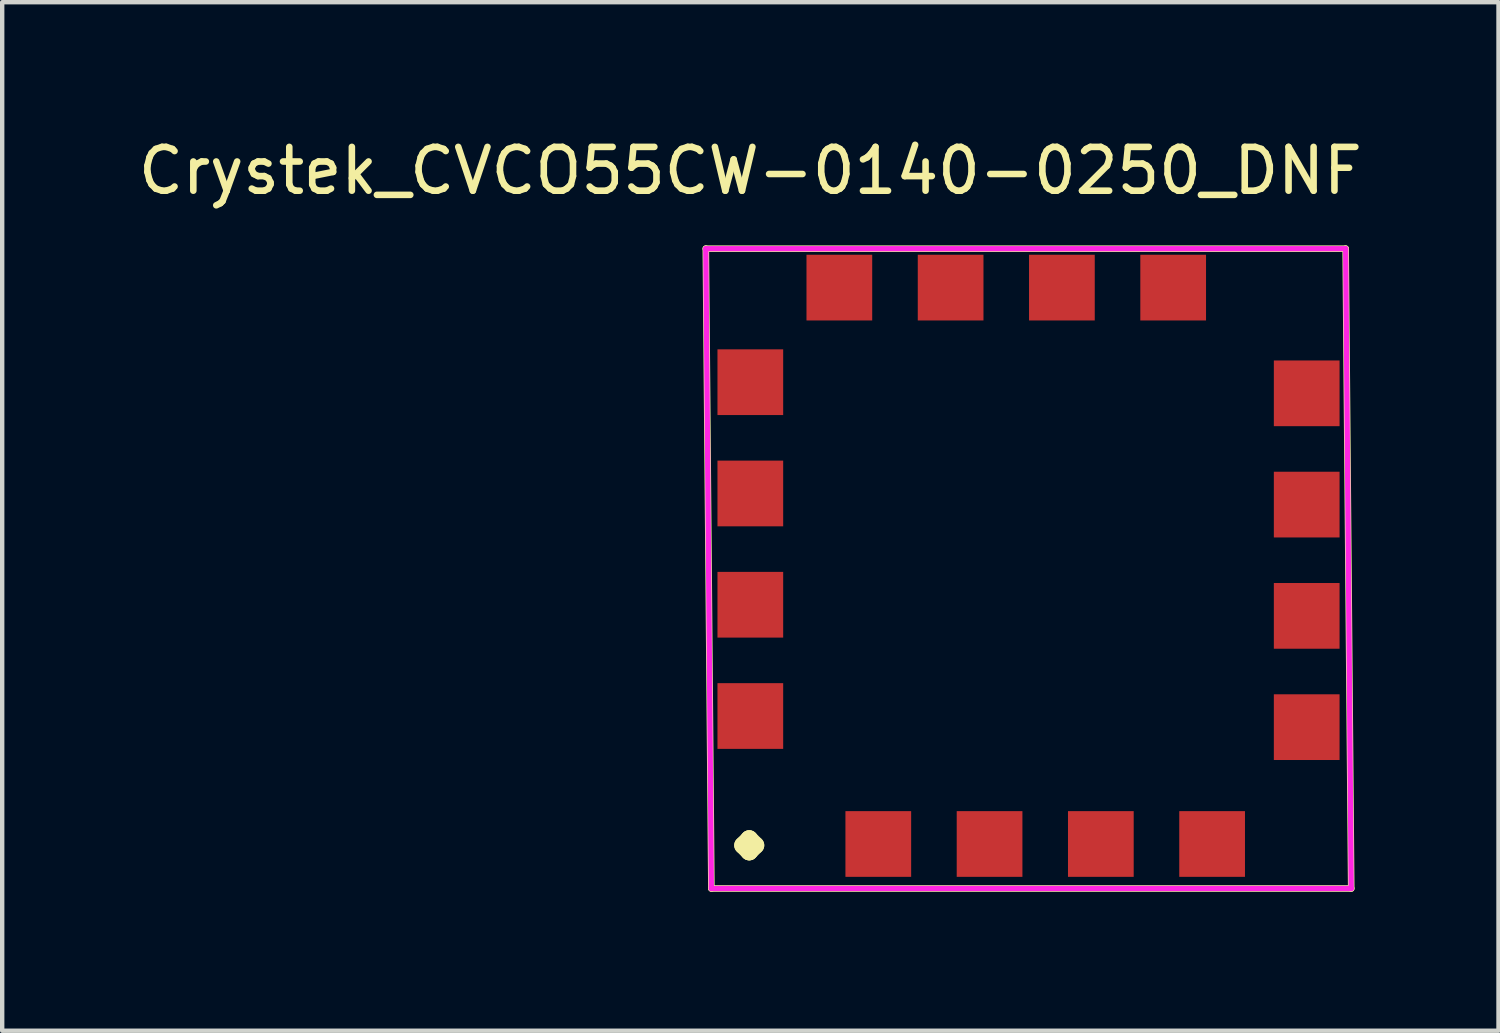
<source format=kicad_pcb>
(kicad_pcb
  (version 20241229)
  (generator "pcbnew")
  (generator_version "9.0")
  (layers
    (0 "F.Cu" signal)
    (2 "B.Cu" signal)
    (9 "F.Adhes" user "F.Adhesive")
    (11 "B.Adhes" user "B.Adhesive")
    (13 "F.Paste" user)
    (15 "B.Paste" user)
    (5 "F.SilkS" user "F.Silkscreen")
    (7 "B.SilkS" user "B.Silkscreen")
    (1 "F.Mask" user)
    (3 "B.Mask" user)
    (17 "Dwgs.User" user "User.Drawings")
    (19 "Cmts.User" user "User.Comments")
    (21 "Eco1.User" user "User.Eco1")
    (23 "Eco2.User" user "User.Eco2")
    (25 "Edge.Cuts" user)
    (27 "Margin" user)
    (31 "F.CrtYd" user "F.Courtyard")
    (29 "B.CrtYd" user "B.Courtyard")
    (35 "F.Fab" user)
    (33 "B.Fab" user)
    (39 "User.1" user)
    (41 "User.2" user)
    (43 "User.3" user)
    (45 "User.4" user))
  (footprint "Crystek_CVCO55CW-0140-0250_DNF"
    (layer "F.Cu")
    (at 14.077 16.215)
    (property "Reference" "Crystek_CVCO55CW-0140-0250_DNF" (at 0 -15.367 0) (layer "F.SilkS") (effects (font (size 1 1) (thickness 0.15))))
    (attr through_hole)
    (fp_line (start -1.016 -13.589) (end 13.589 -13.589) (stroke (width 0.15) (type solid)) (layer "F.SilkS"))
    (fp_line (start -0.889 1.016) (end -1.016 -13.589) (stroke (width 0.15) (type solid)) (layer "F.SilkS"))
    (fp_line (start 13.589 -13.589) (end 13.716 1.016) (stroke (width 0.15) (type solid)) (layer "F.SilkS"))
    (fp_line (start 13.716 1.016) (end -0.889 1.016) (stroke (width 0.15) (type solid)) (layer "F.SilkS"))
    (fp_line (start -1.016 -13.589) (end -0.889 1.016) (stroke (width 0.12) (type solid)) (layer "F.CrtYd"))
    (fp_line (start -0.889 1.016) (end 13.716 1.016) (stroke (width 0.12) (type solid)) (layer "F.CrtYd"))
    (fp_line (start 13.589 -13.589) (end -1.016 -13.589) (stroke (width 0.12) (type solid)) (layer "F.CrtYd"))
    (fp_line (start 13.716 1.016) (end 13.589 -13.589) (stroke (width 0.12) (type solid)) (layer "F.CrtYd"))
    (fp_text user "." (at -0.025 -1.194 0) (layer "F.SilkS") (effects (font (size 3 3) (thickness 0.4))))
    (pad "1" smd rect (at 2.921 0) (size 1.5 1.5) (layers "F.Cu" "F.Mask"))
    (pad "2" smd rect (at 5.461 0) (size 1.5 1.5) (layers "F.Cu" "F.Mask"))
    (pad "3" smd rect (at 8.001 0) (size 1.5 1.5) (layers "F.Cu" "F.Mask"))
    (pad "4" smd rect (at 10.541 0) (size 1.5 1.5) (layers "F.Cu" "F.Mask"))
    (pad "5" smd rect (at 12.7 -2.667) (size 1.5 1.5) (layers "F.Cu" "F.Mask"))
    (pad "6" smd rect (at 12.7 -5.207) (size 1.5 1.5) (layers "F.Cu" "F.Mask"))
    (pad "7" smd rect (at 12.7 -7.747) (size 1.5 1.5) (layers "F.Cu" "F.Mask"))
    (pad "8" smd rect (at 12.7 -10.287) (size 1.5 1.5) (layers "F.Cu" "F.Mask"))
    (pad "9" smd rect (at 9.652 -12.7) (size 1.5 1.5) (layers "F.Cu" "F.Mask"))
    (pad "10" smd rect (at 7.112 -12.7) (size 1.5 1.5) (layers "F.Cu" "F.Mask"))
    (pad "11" smd rect (at 4.572 -12.7) (size 1.5 1.5) (layers "F.Cu" "F.Mask"))
    (pad "12" smd rect (at 2.032 -12.7) (size 1.5 1.5) (layers "F.Cu" "F.Mask"))
    (pad "13" smd rect (at 0 -10.541) (size 1.5 1.5) (layers "F.Cu" "F.Mask"))
    (pad "14" smd rect (at 0 -8.001) (size 1.5 1.5) (layers "F.Cu" "F.Mask"))
    (pad "15" smd rect (at 0 -5.461) (size 1.5 1.5) (layers "F.Cu" "F.Mask"))
    (pad "16" smd rect (at 0 -2.921) (size 1.5 1.5) (layers "F.Cu" "F.Mask")))
  (gr_rect
    (start -3 -3)
    (end 31.155 20.478)
    (stroke (width 0.1) (type default))
    (fill no)
    (layer "Edge.Cuts")))
</source>
